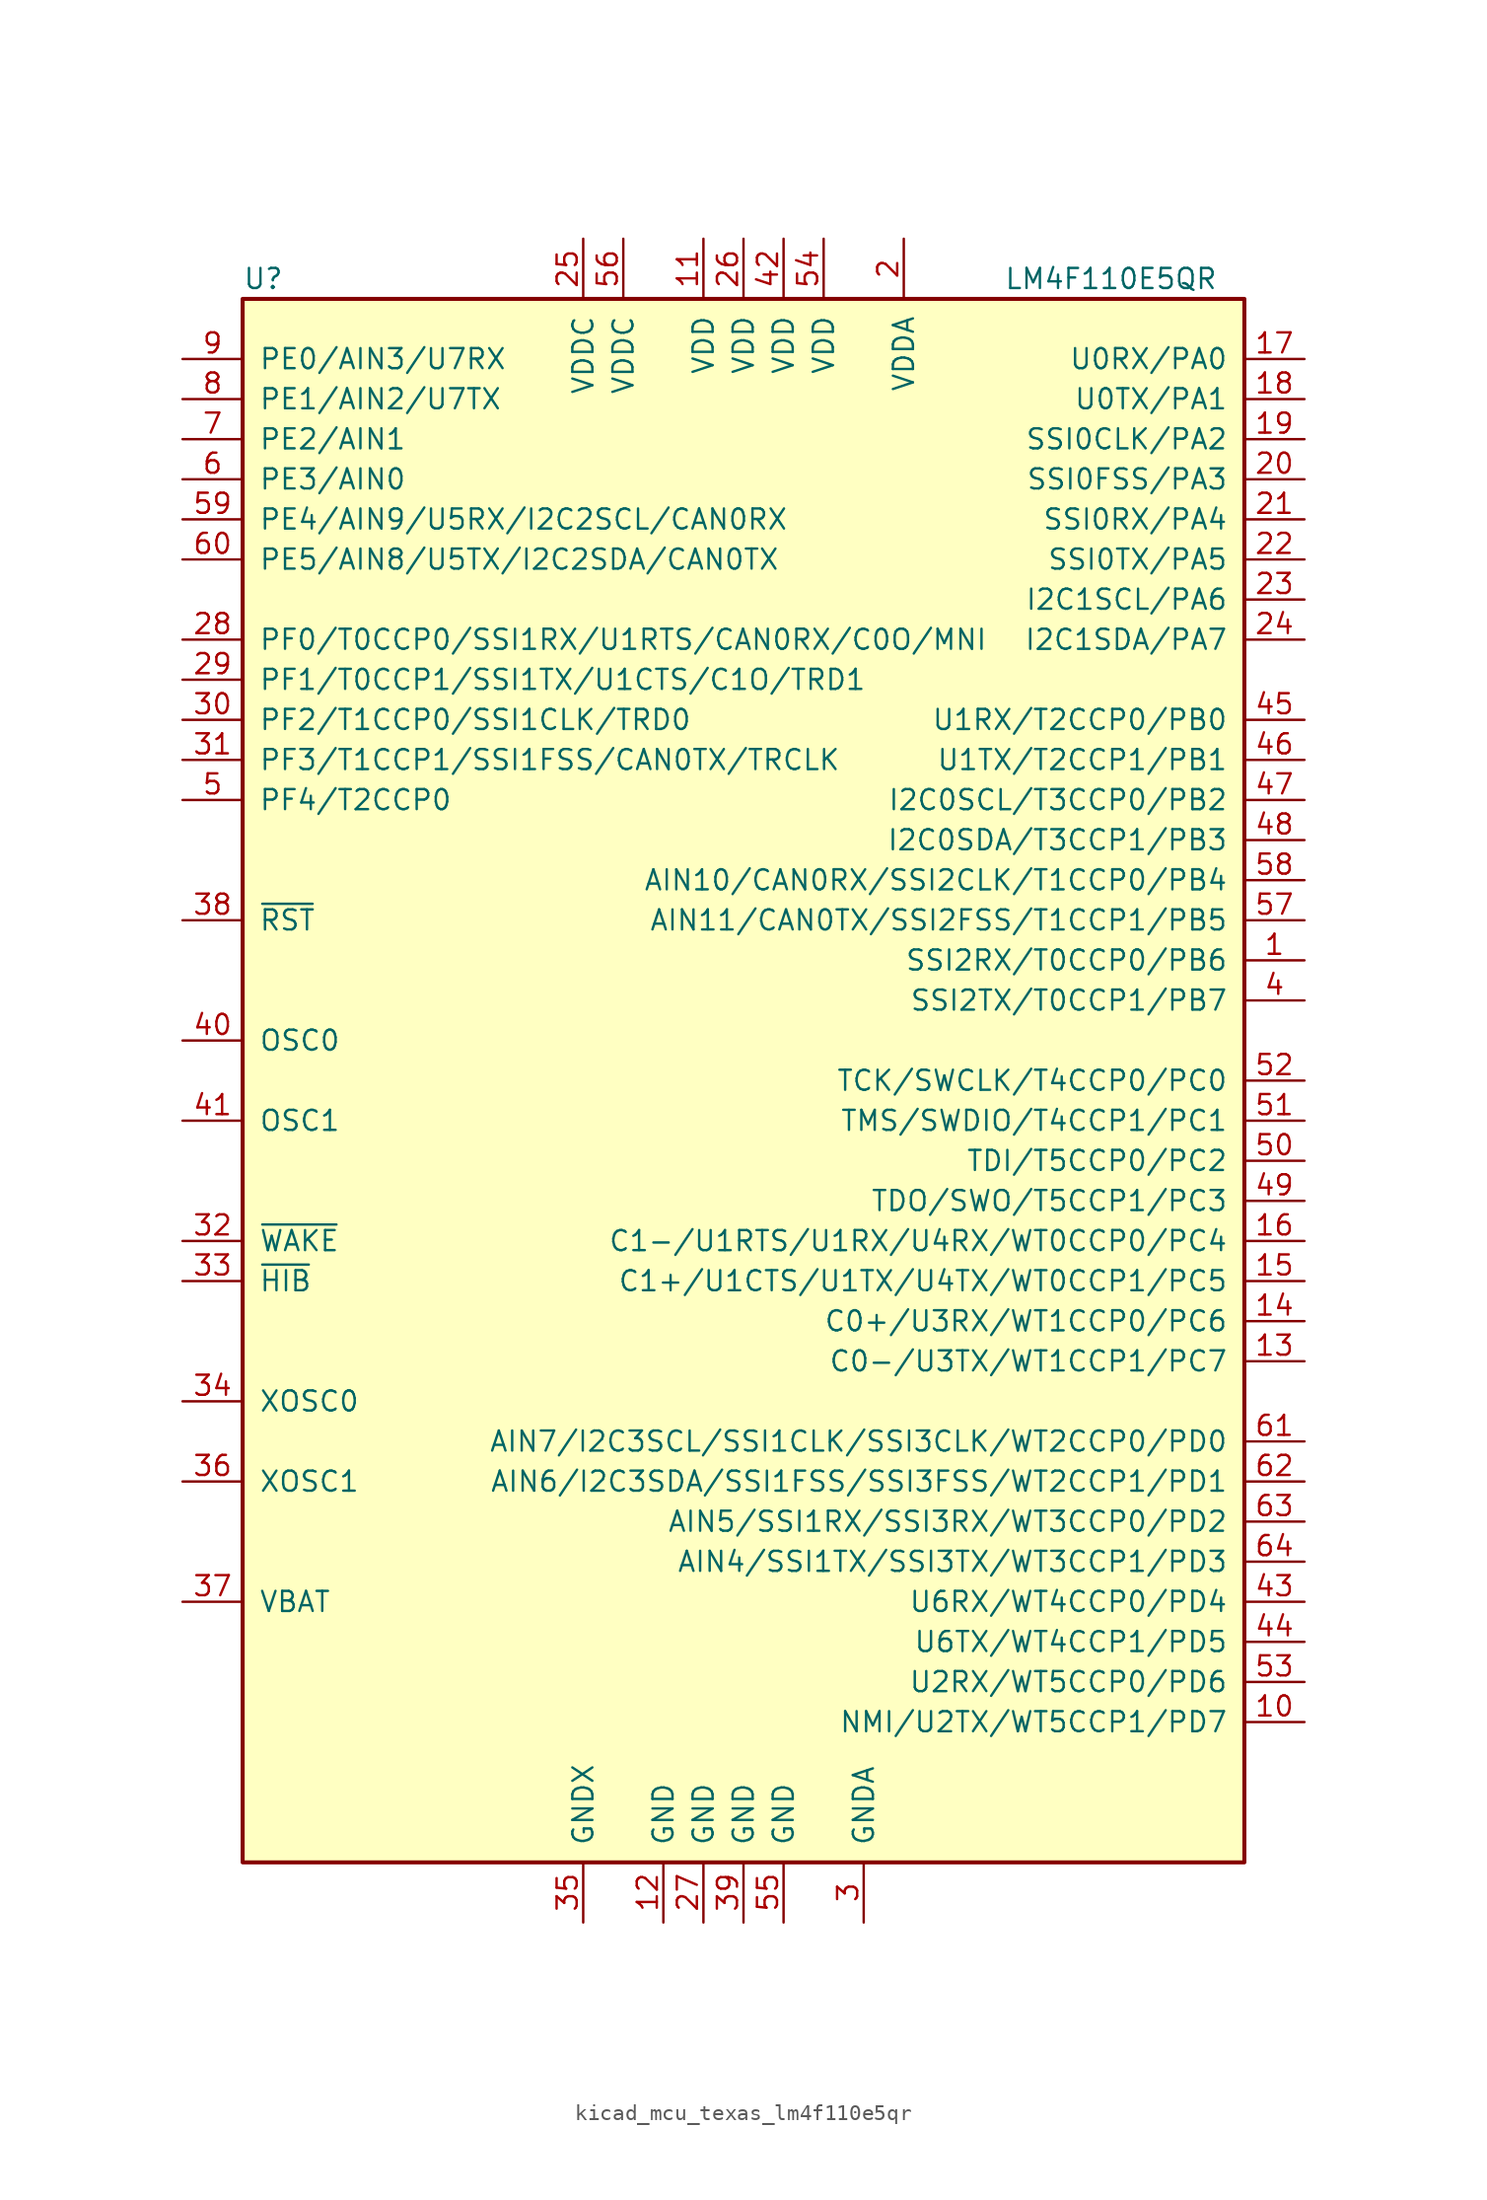
<source format=kicad_sym>
(kicad_symbol_lib
  (version 20220914)
  (generator kicad_symbol_editor)
  (symbol "kicad_mcu_texas_lm4f110e5qr"
    (pin_names
      (offset 1.016))
    (property "Reference" "U"
      (at -31.75 50.8 0)
      (effects (font (size 1.27 1.27)) (justify left)))
    (property "Value" "LM4F110E5QR"
      (at 16.51 50.8 0)
      (effects (font (size 1.27 1.27)) (justify left)))
    (symbol "kicad_mcu_texas_lm4f110e5qr_0_1"
      (rectangle (start -31.75 49.53) (end 31.75 -49.53) (stroke (width 0.254) (type default)) (fill (type background))))
    (symbol "kicad_mcu_texas_lm4f110e5qr_1_1"
      (pin bidirectional line (at 35.56 7.62 180) (length 3.81) (name "SSI2RX/T0CCP0/PB6" (effects (font (size 1.27 1.27)))) (number "1" (effects (font (size 1.27 1.27)))))
      (pin bidirectional line (at 35.56 -40.64 180) (length 3.81) (name "NMI/U2TX/WT5CCP1/PD7" (effects (font (size 1.27 1.27)))) (number "10" (effects (font (size 1.27 1.27)))))
      (pin power_in line (at -2.54 53.34 270) (length 3.81) (name "VDD" (effects (font (size 1.27 1.27)))) (number "11" (effects (font (size 1.27 1.27)))))
      (pin power_in line (at -5.08 -53.34 90) (length 3.81) (name "GND" (effects (font (size 1.27 1.27)))) (number "12" (effects (font (size 1.27 1.27)))))
      (pin bidirectional line (at 35.56 -17.78 180) (length 3.81) (name "C0-/U3TX/WT1CCP1/PC7" (effects (font (size 1.27 1.27)))) (number "13" (effects (font (size 1.27 1.27)))))
      (pin bidirectional line (at 35.56 -15.24 180) (length 3.81) (name "C0+/U3RX/WT1CCP0/PC6" (effects (font (size 1.27 1.27)))) (number "14" (effects (font (size 1.27 1.27)))))
      (pin bidirectional line (at 35.56 -12.7 180) (length 3.81) (name "C1+/U1CTS/U1TX/U4TX/WT0CCP1/PC5" (effects (font (size 1.27 1.27)))) (number "15" (effects (font (size 1.27 1.27)))))
      (pin bidirectional line (at 35.56 -10.16 180) (length 3.81) (name "C1-/U1RTS/U1RX/U4RX/WT0CCP0/PC4" (effects (font (size 1.27 1.27)))) (number "16" (effects (font (size 1.27 1.27)))))
      (pin bidirectional line (at 35.56 45.72 180) (length 3.81) (name "U0RX/PA0" (effects (font (size 1.27 1.27)))) (number "17" (effects (font (size 1.27 1.27)))))
      (pin bidirectional line (at 35.56 43.18 180) (length 3.81) (name "U0TX/PA1" (effects (font (size 1.27 1.27)))) (number "18" (effects (font (size 1.27 1.27)))))
      (pin bidirectional line (at 35.56 40.64 180) (length 3.81) (name "SSI0CLK/PA2" (effects (font (size 1.27 1.27)))) (number "19" (effects (font (size 1.27 1.27)))))
      (pin power_in line (at 10.16 53.34 270) (length 3.81) (name "VDDA" (effects (font (size 1.27 1.27)))) (number "2" (effects (font (size 1.27 1.27)))))
      (pin bidirectional line (at 35.56 38.1 180) (length 3.81) (name "SSI0FSS/PA3" (effects (font (size 1.27 1.27)))) (number "20" (effects (font (size 1.27 1.27)))))
      (pin bidirectional line (at 35.56 35.56 180) (length 3.81) (name "SSI0RX/PA4" (effects (font (size 1.27 1.27)))) (number "21" (effects (font (size 1.27 1.27)))))
      (pin bidirectional line (at 35.56 33.02 180) (length 3.81) (name "SSI0TX/PA5" (effects (font (size 1.27 1.27)))) (number "22" (effects (font (size 1.27 1.27)))))
      (pin bidirectional line (at 35.56 30.48 180) (length 3.81) (name "I2C1SCL/PA6" (effects (font (size 1.27 1.27)))) (number "23" (effects (font (size 1.27 1.27)))))
      (pin bidirectional line (at 35.56 27.94 180) (length 3.81) (name "I2C1SDA/PA7" (effects (font (size 1.27 1.27)))) (number "24" (effects (font (size 1.27 1.27)))))
      (pin power_in line (at -10.16 53.34 270) (length 3.81) (name "VDDC" (effects (font (size 1.27 1.27)))) (number "25" (effects (font (size 1.27 1.27)))))
      (pin power_in line (at 0 53.34 270) (length 3.81) (name "VDD" (effects (font (size 1.27 1.27)))) (number "26" (effects (font (size 1.27 1.27)))))
      (pin power_in line (at -2.54 -53.34 90) (length 3.81) (name "GND" (effects (font (size 1.27 1.27)))) (number "27" (effects (font (size 1.27 1.27)))))
      (pin bidirectional line (at -35.56 27.94 0) (length 3.81) (name "PF0/T0CCP0/SSI1RX/U1RTS/CAN0RX/C0O/MNI" (effects (font (size 1.27 1.27)))) (number "28" (effects (font (size 1.27 1.27)))))
      (pin bidirectional line (at -35.56 25.4 0) (length 3.81) (name "PF1/T0CCP1/SSI1TX/U1CTS/C1O/TRD1" (effects (font (size 1.27 1.27)))) (number "29" (effects (font (size 1.27 1.27)))))
      (pin power_in line (at 7.62 -53.34 90) (length 3.81) (name "GNDA" (effects (font (size 1.27 1.27)))) (number "3" (effects (font (size 1.27 1.27)))))
      (pin bidirectional line (at -35.56 22.86 0) (length 3.81) (name "PF2/T1CCP0/SSI1CLK/TRD0" (effects (font (size 1.27 1.27)))) (number "30" (effects (font (size 1.27 1.27)))))
      (pin bidirectional line (at -35.56 20.32 0) (length 3.81) (name "PF3/T1CCP1/SSI1FSS/CAN0TX/TRCLK" (effects (font (size 1.27 1.27)))) (number "31" (effects (font (size 1.27 1.27)))))
      (pin input line (at -35.56 -10.16 0) (length 3.81) (name "~{WAKE}" (effects (font (size 1.27 1.27)))) (number "32" (effects (font (size 1.27 1.27)))))
      (pin open_collector line (at -35.56 -12.7 0) (length 3.81) (name "~{HIB}" (effects (font (size 1.27 1.27)))) (number "33" (effects (font (size 1.27 1.27)))))
      (pin passive line (at -35.56 -20.32 0) (length 3.81) (name "XOSC0" (effects (font (size 1.27 1.27)))) (number "34" (effects (font (size 1.27 1.27)))))
      (pin power_in line (at -10.16 -53.34 90) (length 3.81) (name "GNDX" (effects (font (size 1.27 1.27)))) (number "35" (effects (font (size 1.27 1.27)))))
      (pin passive line (at -35.56 -25.4 0) (length 3.81) (name "XOSC1" (effects (font (size 1.27 1.27)))) (number "36" (effects (font (size 1.27 1.27)))))
      (pin passive line (at -35.56 -33.02 0) (length 3.81) (name "VBAT" (effects (font (size 1.27 1.27)))) (number "37" (effects (font (size 1.27 1.27)))))
      (pin input line (at -35.56 10.16 0) (length 3.81) (name "~{RST}" (effects (font (size 1.27 1.27)))) (number "38" (effects (font (size 1.27 1.27)))))
      (pin bidirectional line (at 0 -53.34 90) (length 3.81) (name "GND" (effects (font (size 1.27 1.27)))) (number "39" (effects (font (size 1.27 1.27)))))
      (pin bidirectional line (at 35.56 5.08 180) (length 3.81) (name "SSI2TX/T0CCP1/PB7" (effects (font (size 1.27 1.27)))) (number "4" (effects (font (size 1.27 1.27)))))
      (pin passive line (at -35.56 2.54 0) (length 3.81) (name "OSC0" (effects (font (size 1.27 1.27)))) (number "40" (effects (font (size 1.27 1.27)))))
      (pin passive line (at -35.56 -2.54 0) (length 3.81) (name "OSC1" (effects (font (size 1.27 1.27)))) (number "41" (effects (font (size 1.27 1.27)))))
      (pin power_in line (at 2.54 53.34 270) (length 3.81) (name "VDD" (effects (font (size 1.27 1.27)))) (number "42" (effects (font (size 1.27 1.27)))))
      (pin bidirectional line (at 35.56 -33.02 180) (length 3.81) (name "U6RX/WT4CCP0/PD4" (effects (font (size 1.27 1.27)))) (number "43" (effects (font (size 1.27 1.27)))))
      (pin bidirectional line (at 35.56 -35.56 180) (length 3.81) (name "U6TX/WT4CCP1/PD5" (effects (font (size 1.27 1.27)))) (number "44" (effects (font (size 1.27 1.27)))))
      (pin bidirectional line (at 35.56 22.86 180) (length 3.81) (name "U1RX/T2CCP0/PB0" (effects (font (size 1.27 1.27)))) (number "45" (effects (font (size 1.27 1.27)))))
      (pin bidirectional line (at 35.56 20.32 180) (length 3.81) (name "U1TX/T2CCP1/PB1" (effects (font (size 1.27 1.27)))) (number "46" (effects (font (size 1.27 1.27)))))
      (pin bidirectional line (at 35.56 17.78 180) (length 3.81) (name "I2C0SCL/T3CCP0/PB2" (effects (font (size 1.27 1.27)))) (number "47" (effects (font (size 1.27 1.27)))))
      (pin bidirectional line (at 35.56 15.24 180) (length 3.81) (name "I2C0SDA/T3CCP1/PB3" (effects (font (size 1.27 1.27)))) (number "48" (effects (font (size 1.27 1.27)))))
      (pin bidirectional line (at 35.56 -7.62 180) (length 3.81) (name "TDO/SWO/T5CCP1/PC3" (effects (font (size 1.27 1.27)))) (number "49" (effects (font (size 1.27 1.27)))))
      (pin bidirectional line (at -35.56 17.78 0) (length 3.81) (name "PF4/T2CCP0" (effects (font (size 1.27 1.27)))) (number "5" (effects (font (size 1.27 1.27)))))
      (pin bidirectional line (at 35.56 -5.08 180) (length 3.81) (name "TDI/T5CCP0/PC2" (effects (font (size 1.27 1.27)))) (number "50" (effects (font (size 1.27 1.27)))))
      (pin bidirectional line (at 35.56 -2.54 180) (length 3.81) (name "TMS/SWDIO/T4CCP1/PC1" (effects (font (size 1.27 1.27)))) (number "51" (effects (font (size 1.27 1.27)))))
      (pin bidirectional line (at 35.56 0 180) (length 3.81) (name "TCK/SWCLK/T4CCP0/PC0" (effects (font (size 1.27 1.27)))) (number "52" (effects (font (size 1.27 1.27)))))
      (pin bidirectional line (at 35.56 -38.1 180) (length 3.81) (name "U2RX/WT5CCP0/PD6" (effects (font (size 1.27 1.27)))) (number "53" (effects (font (size 1.27 1.27)))))
      (pin power_in line (at 5.08 53.34 270) (length 3.81) (name "VDD" (effects (font (size 1.27 1.27)))) (number "54" (effects (font (size 1.27 1.27)))))
      (pin power_in line (at 2.54 -53.34 90) (length 3.81) (name "GND" (effects (font (size 1.27 1.27)))) (number "55" (effects (font (size 1.27 1.27)))))
      (pin power_in line (at -7.62 53.34 270) (length 3.81) (name "VDDC" (effects (font (size 1.27 1.27)))) (number "56" (effects (font (size 1.27 1.27)))))
      (pin bidirectional line (at 35.56 10.16 180) (length 3.81) (name "AIN11/CAN0TX/SSI2FSS/T1CCP1/PB5" (effects (font (size 1.27 1.27)))) (number "57" (effects (font (size 1.27 1.27)))))
      (pin bidirectional line (at 35.56 12.7 180) (length 3.81) (name "AIN10/CAN0RX/SSI2CLK/T1CCP0/PB4" (effects (font (size 1.27 1.27)))) (number "58" (effects (font (size 1.27 1.27)))))
      (pin bidirectional line (at -35.56 35.56 0) (length 3.81) (name "PE4/AIN9/U5RX/I2C2SCL/CAN0RX" (effects (font (size 1.27 1.27)))) (number "59" (effects (font (size 1.27 1.27)))))
      (pin bidirectional line (at -35.56 38.1 0) (length 3.81) (name "PE3/AIN0" (effects (font (size 1.27 1.27)))) (number "6" (effects (font (size 1.27 1.27)))))
      (pin bidirectional line (at -35.56 33.02 0) (length 3.81) (name "PE5/AIN8/U5TX/I2C2SDA/CAN0TX" (effects (font (size 1.27 1.27)))) (number "60" (effects (font (size 1.27 1.27)))))
      (pin bidirectional line (at 35.56 -22.86 180) (length 3.81) (name "AIN7/I2C3SCL/SSI1CLK/SSI3CLK/WT2CCP0/PD0" (effects (font (size 1.27 1.27)))) (number "61" (effects (font (size 1.27 1.27)))))
      (pin bidirectional line (at 35.56 -25.4 180) (length 3.81) (name "AIN6/I2C3SDA/SSI1FSS/SSI3FSS/WT2CCP1/PD1" (effects (font (size 1.27 1.27)))) (number "62" (effects (font (size 1.27 1.27)))))
      (pin bidirectional line (at 35.56 -27.94 180) (length 3.81) (name "AIN5/SSI1RX/SSI3RX/WT3CCP0/PD2" (effects (font (size 1.27 1.27)))) (number "63" (effects (font (size 1.27 1.27)))))
      (pin bidirectional line (at 35.56 -30.48 180) (length 3.81) (name "AIN4/SSI1TX/SSI3TX/WT3CCP1/PD3" (effects (font (size 1.27 1.27)))) (number "64" (effects (font (size 1.27 1.27)))))
      (pin bidirectional line (at -35.56 40.64 0) (length 3.81) (name "PE2/AIN1" (effects (font (size 1.27 1.27)))) (number "7" (effects (font (size 1.27 1.27)))))
      (pin bidirectional line (at -35.56 43.18 0) (length 3.81) (name "PE1/AIN2/U7TX" (effects (font (size 1.27 1.27)))) (number "8" (effects (font (size 1.27 1.27)))))
      (pin bidirectional line (at -35.56 45.72 0) (length 3.81) (name "PE0/AIN3/U7RX" (effects (font (size 1.27 1.27)))) (number "9" (effects (font (size 1.27 1.27))))))))
</source>
